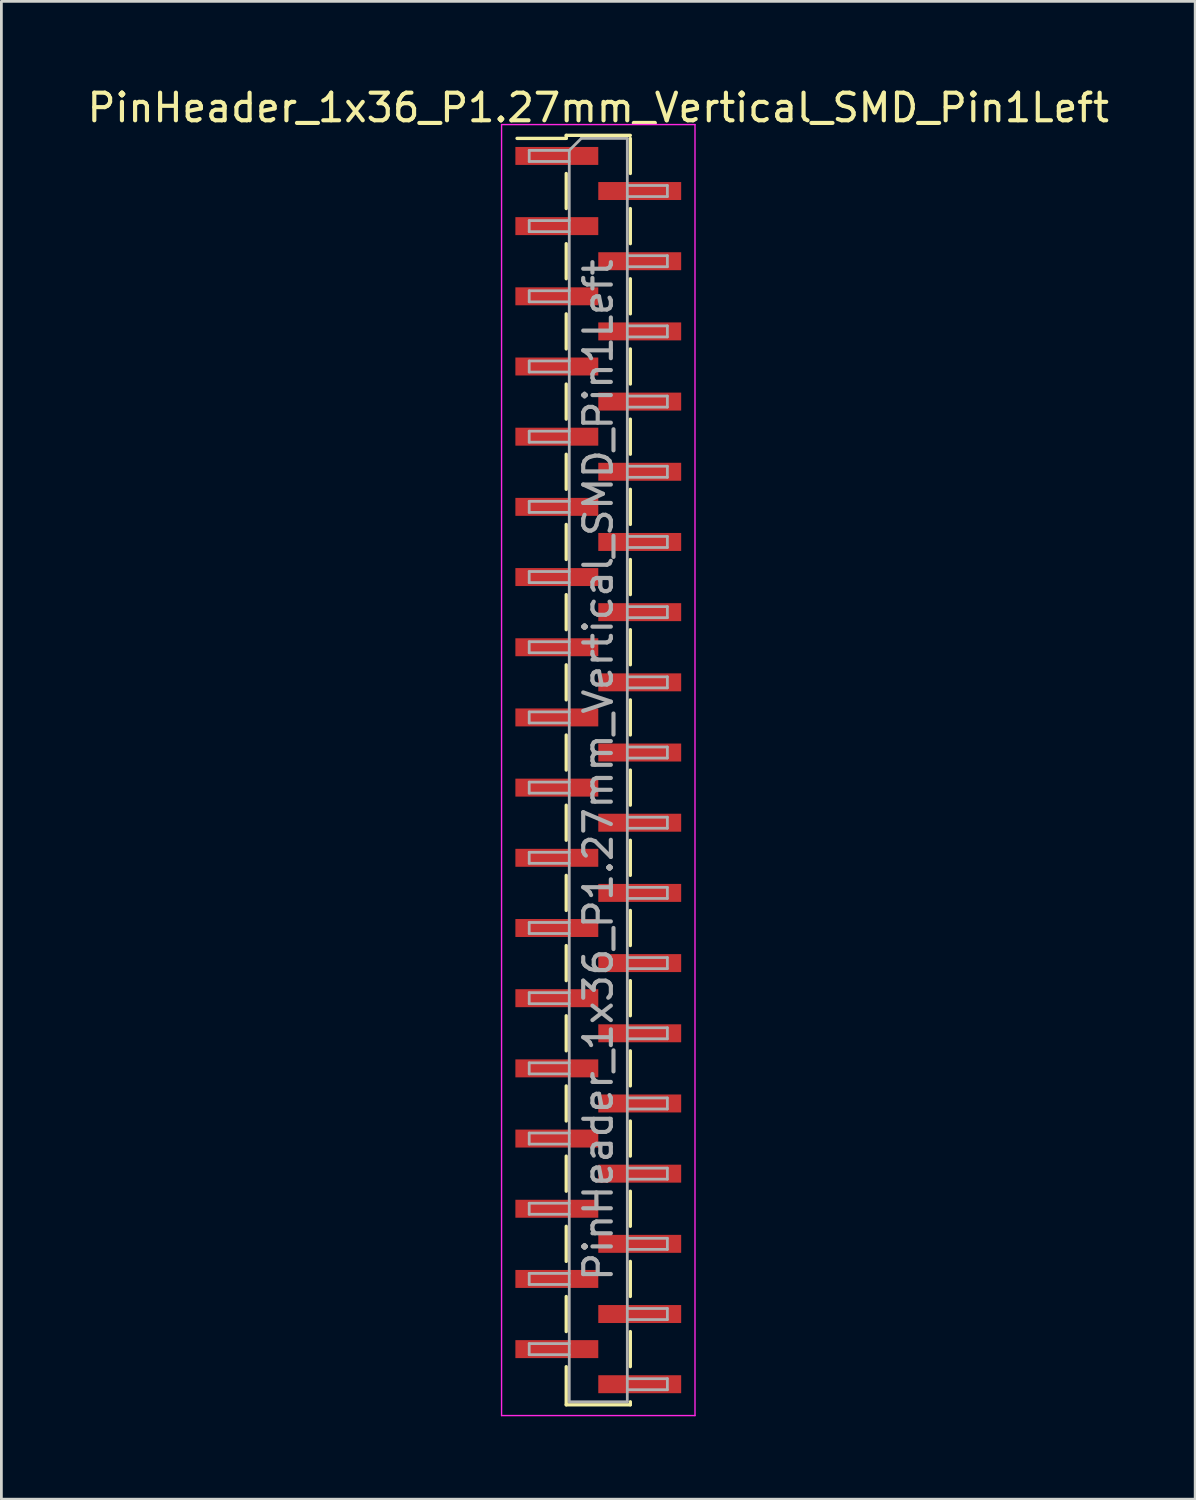
<source format=kicad_pcb>
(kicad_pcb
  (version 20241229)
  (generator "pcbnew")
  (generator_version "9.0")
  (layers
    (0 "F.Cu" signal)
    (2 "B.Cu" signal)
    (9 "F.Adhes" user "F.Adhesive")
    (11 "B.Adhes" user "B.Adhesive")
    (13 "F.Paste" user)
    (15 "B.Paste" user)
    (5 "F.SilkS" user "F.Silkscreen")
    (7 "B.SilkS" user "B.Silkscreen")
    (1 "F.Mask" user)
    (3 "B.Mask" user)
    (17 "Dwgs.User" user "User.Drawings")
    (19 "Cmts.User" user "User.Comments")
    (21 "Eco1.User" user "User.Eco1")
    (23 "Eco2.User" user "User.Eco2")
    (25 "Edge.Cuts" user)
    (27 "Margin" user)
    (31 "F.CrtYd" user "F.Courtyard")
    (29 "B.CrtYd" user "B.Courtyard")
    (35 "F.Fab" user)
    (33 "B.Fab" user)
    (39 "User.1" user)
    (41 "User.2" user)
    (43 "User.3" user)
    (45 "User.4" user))
  (footprint "PinHeader_1x36_P1.27mm_Vertical_SMD_Pin1Left"
    (layer "F.Cu")
    (at 18.601 24.818)
    (property "Reference" "PinHeader_1x36_P1.27mm_Vertical_SMD_Pin1Left" (at 0 -23.97 0) (layer "F.SilkS") (effects (font (size 1 1) (thickness 0.15))))
    (attr smd)
    (fp_line (start -1.16 -22.97) (end -1.16 -22.86) (stroke (width 0.12) (type solid)) (layer "F.SilkS"))
    (fp_line (start -1.16 -22.97) (end 1.16 -22.97) (stroke (width 0.12) (type solid)) (layer "F.SilkS"))
    (fp_line (start -1.16 -22.86) (end -2.94 -22.86) (stroke (width 0.12) (type solid)) (layer "F.SilkS"))
    (fp_line (start -1.16 -21.59) (end -1.16 -20.32) (stroke (width 0.12) (type solid)) (layer "F.SilkS"))
    (fp_line (start -1.16 -19.05) (end -1.16 -17.78) (stroke (width 0.12) (type solid)) (layer "F.SilkS"))
    (fp_line (start -1.16 -16.51) (end -1.16 -15.24) (stroke (width 0.12) (type solid)) (layer "F.SilkS"))
    (fp_line (start -1.16 -13.97) (end -1.16 -12.7) (stroke (width 0.12) (type solid)) (layer "F.SilkS"))
    (fp_line (start -1.16 -11.43) (end -1.16 -10.16) (stroke (width 0.12) (type solid)) (layer "F.SilkS"))
    (fp_line (start -1.16 -8.89) (end -1.16 -7.62) (stroke (width 0.12) (type solid)) (layer "F.SilkS"))
    (fp_line (start -1.16 -6.35) (end -1.16 -5.08) (stroke (width 0.12) (type solid)) (layer "F.SilkS"))
    (fp_line (start -1.16 -3.81) (end -1.16 -2.54) (stroke (width 0.12) (type solid)) (layer "F.SilkS"))
    (fp_line (start -1.16 -1.27) (end -1.16 0) (stroke (width 0.12) (type solid)) (layer "F.SilkS"))
    (fp_line (start -1.16 1.27) (end -1.16 2.54) (stroke (width 0.12) (type solid)) (layer "F.SilkS"))
    (fp_line (start -1.16 3.81) (end -1.16 5.08) (stroke (width 0.12) (type solid)) (layer "F.SilkS"))
    (fp_line (start -1.16 6.35) (end -1.16 7.62) (stroke (width 0.12) (type solid)) (layer "F.SilkS"))
    (fp_line (start -1.16 8.89) (end -1.16 10.16) (stroke (width 0.12) (type solid)) (layer "F.SilkS"))
    (fp_line (start -1.16 11.43) (end -1.16 12.7) (stroke (width 0.12) (type solid)) (layer "F.SilkS"))
    (fp_line (start -1.16 13.97) (end -1.16 15.24) (stroke (width 0.12) (type solid)) (layer "F.SilkS"))
    (fp_line (start -1.16 16.51) (end -1.16 17.78) (stroke (width 0.12) (type solid)) (layer "F.SilkS"))
    (fp_line (start -1.16 19.05) (end -1.16 20.32) (stroke (width 0.12) (type solid)) (layer "F.SilkS"))
    (fp_line (start -1.16 21.59) (end -1.16 22.97) (stroke (width 0.12) (type solid)) (layer "F.SilkS"))
    (fp_line (start -1.16 22.97) (end 1.16 22.97) (stroke (width 0.12) (type solid)) (layer "F.SilkS"))
    (fp_line (start 1.16 -22.86) (end 1.16 -21.59) (stroke (width 0.12) (type solid)) (layer "F.SilkS"))
    (fp_line (start 1.16 -20.32) (end 1.16 -19.05) (stroke (width 0.12) (type solid)) (layer "F.SilkS"))
    (fp_line (start 1.16 -17.78) (end 1.16 -16.51) (stroke (width 0.12) (type solid)) (layer "F.SilkS"))
    (fp_line (start 1.16 -15.24) (end 1.16 -13.97) (stroke (width 0.12) (type solid)) (layer "F.SilkS"))
    (fp_line (start 1.16 -12.7) (end 1.16 -11.43) (stroke (width 0.12) (type solid)) (layer "F.SilkS"))
    (fp_line (start 1.16 -10.16) (end 1.16 -8.89) (stroke (width 0.12) (type solid)) (layer "F.SilkS"))
    (fp_line (start 1.16 -7.62) (end 1.16 -6.35) (stroke (width 0.12) (type solid)) (layer "F.SilkS"))
    (fp_line (start 1.16 -5.08) (end 1.16 -3.81) (stroke (width 0.12) (type solid)) (layer "F.SilkS"))
    (fp_line (start 1.16 -2.54) (end 1.16 -1.27) (stroke (width 0.12) (type solid)) (layer "F.SilkS"))
    (fp_line (start 1.16 0) (end 1.16 1.27) (stroke (width 0.12) (type solid)) (layer "F.SilkS"))
    (fp_line (start 1.16 2.54) (end 1.16 3.81) (stroke (width 0.12) (type solid)) (layer "F.SilkS"))
    (fp_line (start 1.16 5.08) (end 1.16 6.35) (stroke (width 0.12) (type solid)) (layer "F.SilkS"))
    (fp_line (start 1.16 7.62) (end 1.16 8.89) (stroke (width 0.12) (type solid)) (layer "F.SilkS"))
    (fp_line (start 1.16 10.16) (end 1.16 11.43) (stroke (width 0.12) (type solid)) (layer "F.SilkS"))
    (fp_line (start 1.16 12.7) (end 1.16 13.97) (stroke (width 0.12) (type solid)) (layer "F.SilkS"))
    (fp_line (start 1.16 15.24) (end 1.16 16.51) (stroke (width 0.12) (type solid)) (layer "F.SilkS"))
    (fp_line (start 1.16 17.78) (end 1.16 19.05) (stroke (width 0.12) (type solid)) (layer "F.SilkS"))
    (fp_line (start 1.16 20.32) (end 1.16 21.59) (stroke (width 0.12) (type solid)) (layer "F.SilkS"))
    (fp_line (start 1.16 22.86) (end 1.16 22.97) (stroke (width 0.12) (type solid)) (layer "F.SilkS"))
    (fp_line (start -3.5 -23.36) (end -3.5 23.36) (stroke (width 0.05) (type solid)) (layer "F.CrtYd"))
    (fp_line (start -3.5 23.36) (end 3.5 23.36) (stroke (width 0.05) (type solid)) (layer "F.CrtYd"))
    (fp_line (start 3.5 -23.36) (end -3.5 -23.36) (stroke (width 0.05) (type solid)) (layer "F.CrtYd"))
    (fp_line (start 3.5 23.36) (end 3.5 -23.36) (stroke (width 0.05) (type solid)) (layer "F.CrtYd"))
    (fp_line (start -2.5 -22.425) (end -2.5 -22.025) (stroke (width 0.1) (type solid)) (layer "F.Fab"))
    (fp_line (start -2.5 -22.025) (end -1.05 -22.025) (stroke (width 0.1) (type solid)) (layer "F.Fab"))
    (fp_line (start -2.5 -19.885) (end -2.5 -19.485) (stroke (width 0.1) (type solid)) (layer "F.Fab"))
    (fp_line (start -2.5 -19.485) (end -1.05 -19.485) (stroke (width 0.1) (type solid)) (layer "F.Fab"))
    (fp_line (start -2.5 -17.345) (end -2.5 -16.945) (stroke (width 0.1) (type solid)) (layer "F.Fab"))
    (fp_line (start -2.5 -16.945) (end -1.05 -16.945) (stroke (width 0.1) (type solid)) (layer "F.Fab"))
    (fp_line (start -2.5 -14.805) (end -2.5 -14.405) (stroke (width 0.1) (type solid)) (layer "F.Fab"))
    (fp_line (start -2.5 -14.405) (end -1.05 -14.405) (stroke (width 0.1) (type solid)) (layer "F.Fab"))
    (fp_line (start -2.5 -12.265) (end -2.5 -11.865) (stroke (width 0.1) (type solid)) (layer "F.Fab"))
    (fp_line (start -2.5 -11.865) (end -1.05 -11.865) (stroke (width 0.1) (type solid)) (layer "F.Fab"))
    (fp_line (start -2.5 -9.725) (end -2.5 -9.325) (stroke (width 0.1) (type solid)) (layer "F.Fab"))
    (fp_line (start -2.5 -9.325) (end -1.05 -9.325) (stroke (width 0.1) (type solid)) (layer "F.Fab"))
    (fp_line (start -2.5 -7.185) (end -2.5 -6.785) (stroke (width 0.1) (type solid)) (layer "F.Fab"))
    (fp_line (start -2.5 -6.785) (end -1.05 -6.785) (stroke (width 0.1) (type solid)) (layer "F.Fab"))
    (fp_line (start -2.5 -4.645) (end -2.5 -4.245) (stroke (width 0.1) (type solid)) (layer "F.Fab"))
    (fp_line (start -2.5 -4.245) (end -1.05 -4.245) (stroke (width 0.1) (type solid)) (layer "F.Fab"))
    (fp_line (start -2.5 -2.105) (end -2.5 -1.705) (stroke (width 0.1) (type solid)) (layer "F.Fab"))
    (fp_line (start -2.5 -1.705) (end -1.05 -1.705) (stroke (width 0.1) (type solid)) (layer "F.Fab"))
    (fp_line (start -2.5 0.435) (end -2.5 0.835) (stroke (width 0.1) (type solid)) (layer "F.Fab"))
    (fp_line (start -2.5 0.835) (end -1.05 0.835) (stroke (width 0.1) (type solid)) (layer "F.Fab"))
    (fp_line (start -2.5 2.975) (end -2.5 3.375) (stroke (width 0.1) (type solid)) (layer "F.Fab"))
    (fp_line (start -2.5 3.375) (end -1.05 3.375) (stroke (width 0.1) (type solid)) (layer "F.Fab"))
    (fp_line (start -2.5 5.515) (end -2.5 5.915) (stroke (width 0.1) (type solid)) (layer "F.Fab"))
    (fp_line (start -2.5 5.915) (end -1.05 5.915) (stroke (width 0.1) (type solid)) (layer "F.Fab"))
    (fp_line (start -2.5 8.055) (end -2.5 8.455) (stroke (width 0.1) (type solid)) (layer "F.Fab"))
    (fp_line (start -2.5 8.455) (end -1.05 8.455) (stroke (width 0.1) (type solid)) (layer "F.Fab"))
    (fp_line (start -2.5 10.595) (end -2.5 10.995) (stroke (width 0.1) (type solid)) (layer "F.Fab"))
    (fp_line (start -2.5 10.995) (end -1.05 10.995) (stroke (width 0.1) (type solid)) (layer "F.Fab"))
    (fp_line (start -2.5 13.135) (end -2.5 13.535) (stroke (width 0.1) (type solid)) (layer "F.Fab"))
    (fp_line (start -2.5 13.535) (end -1.05 13.535) (stroke (width 0.1) (type solid)) (layer "F.Fab"))
    (fp_line (start -2.5 15.675) (end -2.5 16.075) (stroke (width 0.1) (type solid)) (layer "F.Fab"))
    (fp_line (start -2.5 16.075) (end -1.05 16.075) (stroke (width 0.1) (type solid)) (layer "F.Fab"))
    (fp_line (start -2.5 18.215) (end -2.5 18.615) (stroke (width 0.1) (type solid)) (layer "F.Fab"))
    (fp_line (start -2.5 18.615) (end -1.05 18.615) (stroke (width 0.1) (type solid)) (layer "F.Fab"))
    (fp_line (start -2.5 20.755) (end -2.5 21.155) (stroke (width 0.1) (type solid)) (layer "F.Fab"))
    (fp_line (start -2.5 21.155) (end -1.05 21.155) (stroke (width 0.1) (type solid)) (layer "F.Fab"))
    (fp_line (start -1.05 -22.425) (end -2.5 -22.425) (stroke (width 0.1) (type solid)) (layer "F.Fab"))
    (fp_line (start -1.05 -22.425) (end -0.615 -22.86) (stroke (width 0.1) (type solid)) (layer "F.Fab"))
    (fp_line (start -1.05 -19.885) (end -2.5 -19.885) (stroke (width 0.1) (type solid)) (layer "F.Fab"))
    (fp_line (start -1.05 -17.345) (end -2.5 -17.345) (stroke (width 0.1) (type solid)) (layer "F.Fab"))
    (fp_line (start -1.05 -14.805) (end -2.5 -14.805) (stroke (width 0.1) (type solid)) (layer "F.Fab"))
    (fp_line (start -1.05 -12.265) (end -2.5 -12.265) (stroke (width 0.1) (type solid)) (layer "F.Fab"))
    (fp_line (start -1.05 -9.725) (end -2.5 -9.725) (stroke (width 0.1) (type solid)) (layer "F.Fab"))
    (fp_line (start -1.05 -7.185) (end -2.5 -7.185) (stroke (width 0.1) (type solid)) (layer "F.Fab"))
    (fp_line (start -1.05 -4.645) (end -2.5 -4.645) (stroke (width 0.1) (type solid)) (layer "F.Fab"))
    (fp_line (start -1.05 -2.105) (end -2.5 -2.105) (stroke (width 0.1) (type solid)) (layer "F.Fab"))
    (fp_line (start -1.05 0.435) (end -2.5 0.435) (stroke (width 0.1) (type solid)) (layer "F.Fab"))
    (fp_line (start -1.05 2.975) (end -2.5 2.975) (stroke (width 0.1) (type solid)) (layer "F.Fab"))
    (fp_line (start -1.05 5.515) (end -2.5 5.515) (stroke (width 0.1) (type solid)) (layer "F.Fab"))
    (fp_line (start -1.05 8.055) (end -2.5 8.055) (stroke (width 0.1) (type solid)) (layer "F.Fab"))
    (fp_line (start -1.05 10.595) (end -2.5 10.595) (stroke (width 0.1) (type solid)) (layer "F.Fab"))
    (fp_line (start -1.05 13.135) (end -2.5 13.135) (stroke (width 0.1) (type solid)) (layer "F.Fab"))
    (fp_line (start -1.05 15.675) (end -2.5 15.675) (stroke (width 0.1) (type solid)) (layer "F.Fab"))
    (fp_line (start -1.05 18.215) (end -2.5 18.215) (stroke (width 0.1) (type solid)) (layer "F.Fab"))
    (fp_line (start -1.05 20.755) (end -2.5 20.755) (stroke (width 0.1) (type solid)) (layer "F.Fab"))
    (fp_line (start -1.05 22.86) (end -1.05 -22.425) (stroke (width 0.1) (type solid)) (layer "F.Fab"))
    (fp_line (start -0.615 -22.86) (end 1.05 -22.86) (stroke (width 0.1) (type solid)) (layer "F.Fab"))
    (fp_line (start 1.05 -22.86) (end 1.05 22.86) (stroke (width 0.1) (type solid)) (layer "F.Fab"))
    (fp_line (start 1.05 -21.155) (end 2.5 -21.155) (stroke (width 0.1) (type solid)) (layer "F.Fab"))
    (fp_line (start 1.05 -18.615) (end 2.5 -18.615) (stroke (width 0.1) (type solid)) (layer "F.Fab"))
    (fp_line (start 1.05 -16.075) (end 2.5 -16.075) (stroke (width 0.1) (type solid)) (layer "F.Fab"))
    (fp_line (start 1.05 -13.535) (end 2.5 -13.535) (stroke (width 0.1) (type solid)) (layer "F.Fab"))
    (fp_line (start 1.05 -10.995) (end 2.5 -10.995) (stroke (width 0.1) (type solid)) (layer "F.Fab"))
    (fp_line (start 1.05 -8.455) (end 2.5 -8.455) (stroke (width 0.1) (type solid)) (layer "F.Fab"))
    (fp_line (start 1.05 -5.915) (end 2.5 -5.915) (stroke (width 0.1) (type solid)) (layer "F.Fab"))
    (fp_line (start 1.05 -3.375) (end 2.5 -3.375) (stroke (width 0.1) (type solid)) (layer "F.Fab"))
    (fp_line (start 1.05 -0.835) (end 2.5 -0.835) (stroke (width 0.1) (type solid)) (layer "F.Fab"))
    (fp_line (start 1.05 1.705) (end 2.5 1.705) (stroke (width 0.1) (type solid)) (layer "F.Fab"))
    (fp_line (start 1.05 4.245) (end 2.5 4.245) (stroke (width 0.1) (type solid)) (layer "F.Fab"))
    (fp_line (start 1.05 6.785) (end 2.5 6.785) (stroke (width 0.1) (type solid)) (layer "F.Fab"))
    (fp_line (start 1.05 9.325) (end 2.5 9.325) (stroke (width 0.1) (type solid)) (layer "F.Fab"))
    (fp_line (start 1.05 11.865) (end 2.5 11.865) (stroke (width 0.1) (type solid)) (layer "F.Fab"))
    (fp_line (start 1.05 14.405) (end 2.5 14.405) (stroke (width 0.1) (type solid)) (layer "F.Fab"))
    (fp_line (start 1.05 16.945) (end 2.5 16.945) (stroke (width 0.1) (type solid)) (layer "F.Fab"))
    (fp_line (start 1.05 19.485) (end 2.5 19.485) (stroke (width 0.1) (type solid)) (layer "F.Fab"))
    (fp_line (start 1.05 22.025) (end 2.5 22.025) (stroke (width 0.1) (type solid)) (layer "F.Fab"))
    (fp_line (start 1.05 22.86) (end -1.05 22.86) (stroke (width 0.1) (type solid)) (layer "F.Fab"))
    (fp_line (start 2.5 -21.155) (end 2.5 -20.755) (stroke (width 0.1) (type solid)) (layer "F.Fab"))
    (fp_line (start 2.5 -20.755) (end 1.05 -20.755) (stroke (width 0.1) (type solid)) (layer "F.Fab"))
    (fp_line (start 2.5 -18.615) (end 2.5 -18.215) (stroke (width 0.1) (type solid)) (layer "F.Fab"))
    (fp_line (start 2.5 -18.215) (end 1.05 -18.215) (stroke (width 0.1) (type solid)) (layer "F.Fab"))
    (fp_line (start 2.5 -16.075) (end 2.5 -15.675) (stroke (width 0.1) (type solid)) (layer "F.Fab"))
    (fp_line (start 2.5 -15.675) (end 1.05 -15.675) (stroke (width 0.1) (type solid)) (layer "F.Fab"))
    (fp_line (start 2.5 -13.535) (end 2.5 -13.135) (stroke (width 0.1) (type solid)) (layer "F.Fab"))
    (fp_line (start 2.5 -13.135) (end 1.05 -13.135) (stroke (width 0.1) (type solid)) (layer "F.Fab"))
    (fp_line (start 2.5 -10.995) (end 2.5 -10.595) (stroke (width 0.1) (type solid)) (layer "F.Fab"))
    (fp_line (start 2.5 -10.595) (end 1.05 -10.595) (stroke (width 0.1) (type solid)) (layer "F.Fab"))
    (fp_line (start 2.5 -8.455) (end 2.5 -8.055) (stroke (width 0.1) (type solid)) (layer "F.Fab"))
    (fp_line (start 2.5 -8.055) (end 1.05 -8.055) (stroke (width 0.1) (type solid)) (layer "F.Fab"))
    (fp_line (start 2.5 -5.915) (end 2.5 -5.515) (stroke (width 0.1) (type solid)) (layer "F.Fab"))
    (fp_line (start 2.5 -5.515) (end 1.05 -5.515) (stroke (width 0.1) (type solid)) (layer "F.Fab"))
    (fp_line (start 2.5 -3.375) (end 2.5 -2.975) (stroke (width 0.1) (type solid)) (layer "F.Fab"))
    (fp_line (start 2.5 -2.975) (end 1.05 -2.975) (stroke (width 0.1) (type solid)) (layer "F.Fab"))
    (fp_line (start 2.5 -0.835) (end 2.5 -0.435) (stroke (width 0.1) (type solid)) (layer "F.Fab"))
    (fp_line (start 2.5 -0.435) (end 1.05 -0.435) (stroke (width 0.1) (type solid)) (layer "F.Fab"))
    (fp_line (start 2.5 1.705) (end 2.5 2.105) (stroke (width 0.1) (type solid)) (layer "F.Fab"))
    (fp_line (start 2.5 2.105) (end 1.05 2.105) (stroke (width 0.1) (type solid)) (layer "F.Fab"))
    (fp_line (start 2.5 4.245) (end 2.5 4.645) (stroke (width 0.1) (type solid)) (layer "F.Fab"))
    (fp_line (start 2.5 4.645) (end 1.05 4.645) (stroke (width 0.1) (type solid)) (layer "F.Fab"))
    (fp_line (start 2.5 6.785) (end 2.5 7.185) (stroke (width 0.1) (type solid)) (layer "F.Fab"))
    (fp_line (start 2.5 7.185) (end 1.05 7.185) (stroke (width 0.1) (type solid)) (layer "F.Fab"))
    (fp_line (start 2.5 9.325) (end 2.5 9.725) (stroke (width 0.1) (type solid)) (layer "F.Fab"))
    (fp_line (start 2.5 9.725) (end 1.05 9.725) (stroke (width 0.1) (type solid)) (layer "F.Fab"))
    (fp_line (start 2.5 11.865) (end 2.5 12.265) (stroke (width 0.1) (type solid)) (layer "F.Fab"))
    (fp_line (start 2.5 12.265) (end 1.05 12.265) (stroke (width 0.1) (type solid)) (layer "F.Fab"))
    (fp_line (start 2.5 14.405) (end 2.5 14.805) (stroke (width 0.1) (type solid)) (layer "F.Fab"))
    (fp_line (start 2.5 14.805) (end 1.05 14.805) (stroke (width 0.1) (type solid)) (layer "F.Fab"))
    (fp_line (start 2.5 16.945) (end 2.5 17.345) (stroke (width 0.1) (type solid)) (layer "F.Fab"))
    (fp_line (start 2.5 17.345) (end 1.05 17.345) (stroke (width 0.1) (type solid)) (layer "F.Fab"))
    (fp_line (start 2.5 19.485) (end 2.5 19.885) (stroke (width 0.1) (type solid)) (layer "F.Fab"))
    (fp_line (start 2.5 19.885) (end 1.05 19.885) (stroke (width 0.1) (type solid)) (layer "F.Fab"))
    (fp_line (start 2.5 22.025) (end 2.5 22.425) (stroke (width 0.1) (type solid)) (layer "F.Fab"))
    (fp_line (start 2.5 22.425) (end 1.05 22.425) (stroke (width 0.1) (type solid)) (layer "F.Fab"))
    (fp_text user "${REFERENCE}" (at 0 0 90) (layer "F.Fab") (effects (font (size 1 1) (thickness 0.15))))
    (pad "1" smd rect (at -1.5 -22.225) (size 3 0.65) (layers "F.Cu" "F.Mask" "F.Paste"))
    (pad "2" smd rect (at 1.5 -20.955) (size 3 0.65) (layers "F.Cu" "F.Mask" "F.Paste"))
    (pad "3" smd rect (at -1.5 -19.685) (size 3 0.65) (layers "F.Cu" "F.Mask" "F.Paste"))
    (pad "4" smd rect (at 1.5 -18.415) (size 3 0.65) (layers "F.Cu" "F.Mask" "F.Paste"))
    (pad "5" smd rect (at -1.5 -17.145) (size 3 0.65) (layers "F.Cu" "F.Mask" "F.Paste"))
    (pad "6" smd rect (at 1.5 -15.875) (size 3 0.65) (layers "F.Cu" "F.Mask" "F.Paste"))
    (pad "7" smd rect (at -1.5 -14.605) (size 3 0.65) (layers "F.Cu" "F.Mask" "F.Paste"))
    (pad "8" smd rect (at 1.5 -13.335) (size 3 0.65) (layers "F.Cu" "F.Mask" "F.Paste"))
    (pad "9" smd rect (at -1.5 -12.065) (size 3 0.65) (layers "F.Cu" "F.Mask" "F.Paste"))
    (pad "10" smd rect (at 1.5 -10.795) (size 3 0.65) (layers "F.Cu" "F.Mask" "F.Paste"))
    (pad "11" smd rect (at -1.5 -9.525) (size 3 0.65) (layers "F.Cu" "F.Mask" "F.Paste"))
    (pad "12" smd rect (at 1.5 -8.255) (size 3 0.65) (layers "F.Cu" "F.Mask" "F.Paste"))
    (pad "13" smd rect (at -1.5 -6.985) (size 3 0.65) (layers "F.Cu" "F.Mask" "F.Paste"))
    (pad "14" smd rect (at 1.5 -5.715) (size 3 0.65) (layers "F.Cu" "F.Mask" "F.Paste"))
    (pad "15" smd rect (at -1.5 -4.445) (size 3 0.65) (layers "F.Cu" "F.Mask" "F.Paste"))
    (pad "16" smd rect (at 1.5 -3.175) (size 3 0.65) (layers "F.Cu" "F.Mask" "F.Paste"))
    (pad "17" smd rect (at -1.5 -1.905) (size 3 0.65) (layers "F.Cu" "F.Mask" "F.Paste"))
    (pad "18" smd rect (at 1.5 -0.635) (size 3 0.65) (layers "F.Cu" "F.Mask" "F.Paste"))
    (pad "19" smd rect (at -1.5 0.635) (size 3 0.65) (layers "F.Cu" "F.Mask" "F.Paste"))
    (pad "20" smd rect (at 1.5 1.905) (size 3 0.65) (layers "F.Cu" "F.Mask" "F.Paste"))
    (pad "21" smd rect (at -1.5 3.175) (size 3 0.65) (layers "F.Cu" "F.Mask" "F.Paste"))
    (pad "22" smd rect (at 1.5 4.445) (size 3 0.65) (layers "F.Cu" "F.Mask" "F.Paste"))
    (pad "23" smd rect (at -1.5 5.715) (size 3 0.65) (layers "F.Cu" "F.Mask" "F.Paste"))
    (pad "24" smd rect (at 1.5 6.985) (size 3 0.65) (layers "F.Cu" "F.Mask" "F.Paste"))
    (pad "25" smd rect (at -1.5 8.255) (size 3 0.65) (layers "F.Cu" "F.Mask" "F.Paste"))
    (pad "26" smd rect (at 1.5 9.525) (size 3 0.65) (layers "F.Cu" "F.Mask" "F.Paste"))
    (pad "27" smd rect (at -1.5 10.795) (size 3 0.65) (layers "F.Cu" "F.Mask" "F.Paste"))
    (pad "28" smd rect (at 1.5 12.065) (size 3 0.65) (layers "F.Cu" "F.Mask" "F.Paste"))
    (pad "29" smd rect (at -1.5 13.335) (size 3 0.65) (layers "F.Cu" "F.Mask" "F.Paste"))
    (pad "30" smd rect (at 1.5 14.605) (size 3 0.65) (layers "F.Cu" "F.Mask" "F.Paste"))
    (pad "31" smd rect (at -1.5 15.875) (size 3 0.65) (layers "F.Cu" "F.Mask" "F.Paste"))
    (pad "32" smd rect (at 1.5 17.145) (size 3 0.65) (layers "F.Cu" "F.Mask" "F.Paste"))
    (pad "33" smd rect (at -1.5 18.415) (size 3 0.65) (layers "F.Cu" "F.Mask" "F.Paste"))
    (pad "34" smd rect (at 1.5 19.685) (size 3 0.65) (layers "F.Cu" "F.Mask" "F.Paste"))
    (pad "35" smd rect (at -1.5 20.955) (size 3 0.65) (layers "F.Cu" "F.Mask" "F.Paste"))
    (pad "36" smd rect (at 1.5 22.225) (size 3 0.65) (layers "F.Cu" "F.Mask" "F.Paste")))
  (gr_rect
    (start -3 -3)
    (end 40.202 51.203)
    (stroke (width 0.1) (type default))
    (fill no)
    (layer "Edge.Cuts")))
</source>
